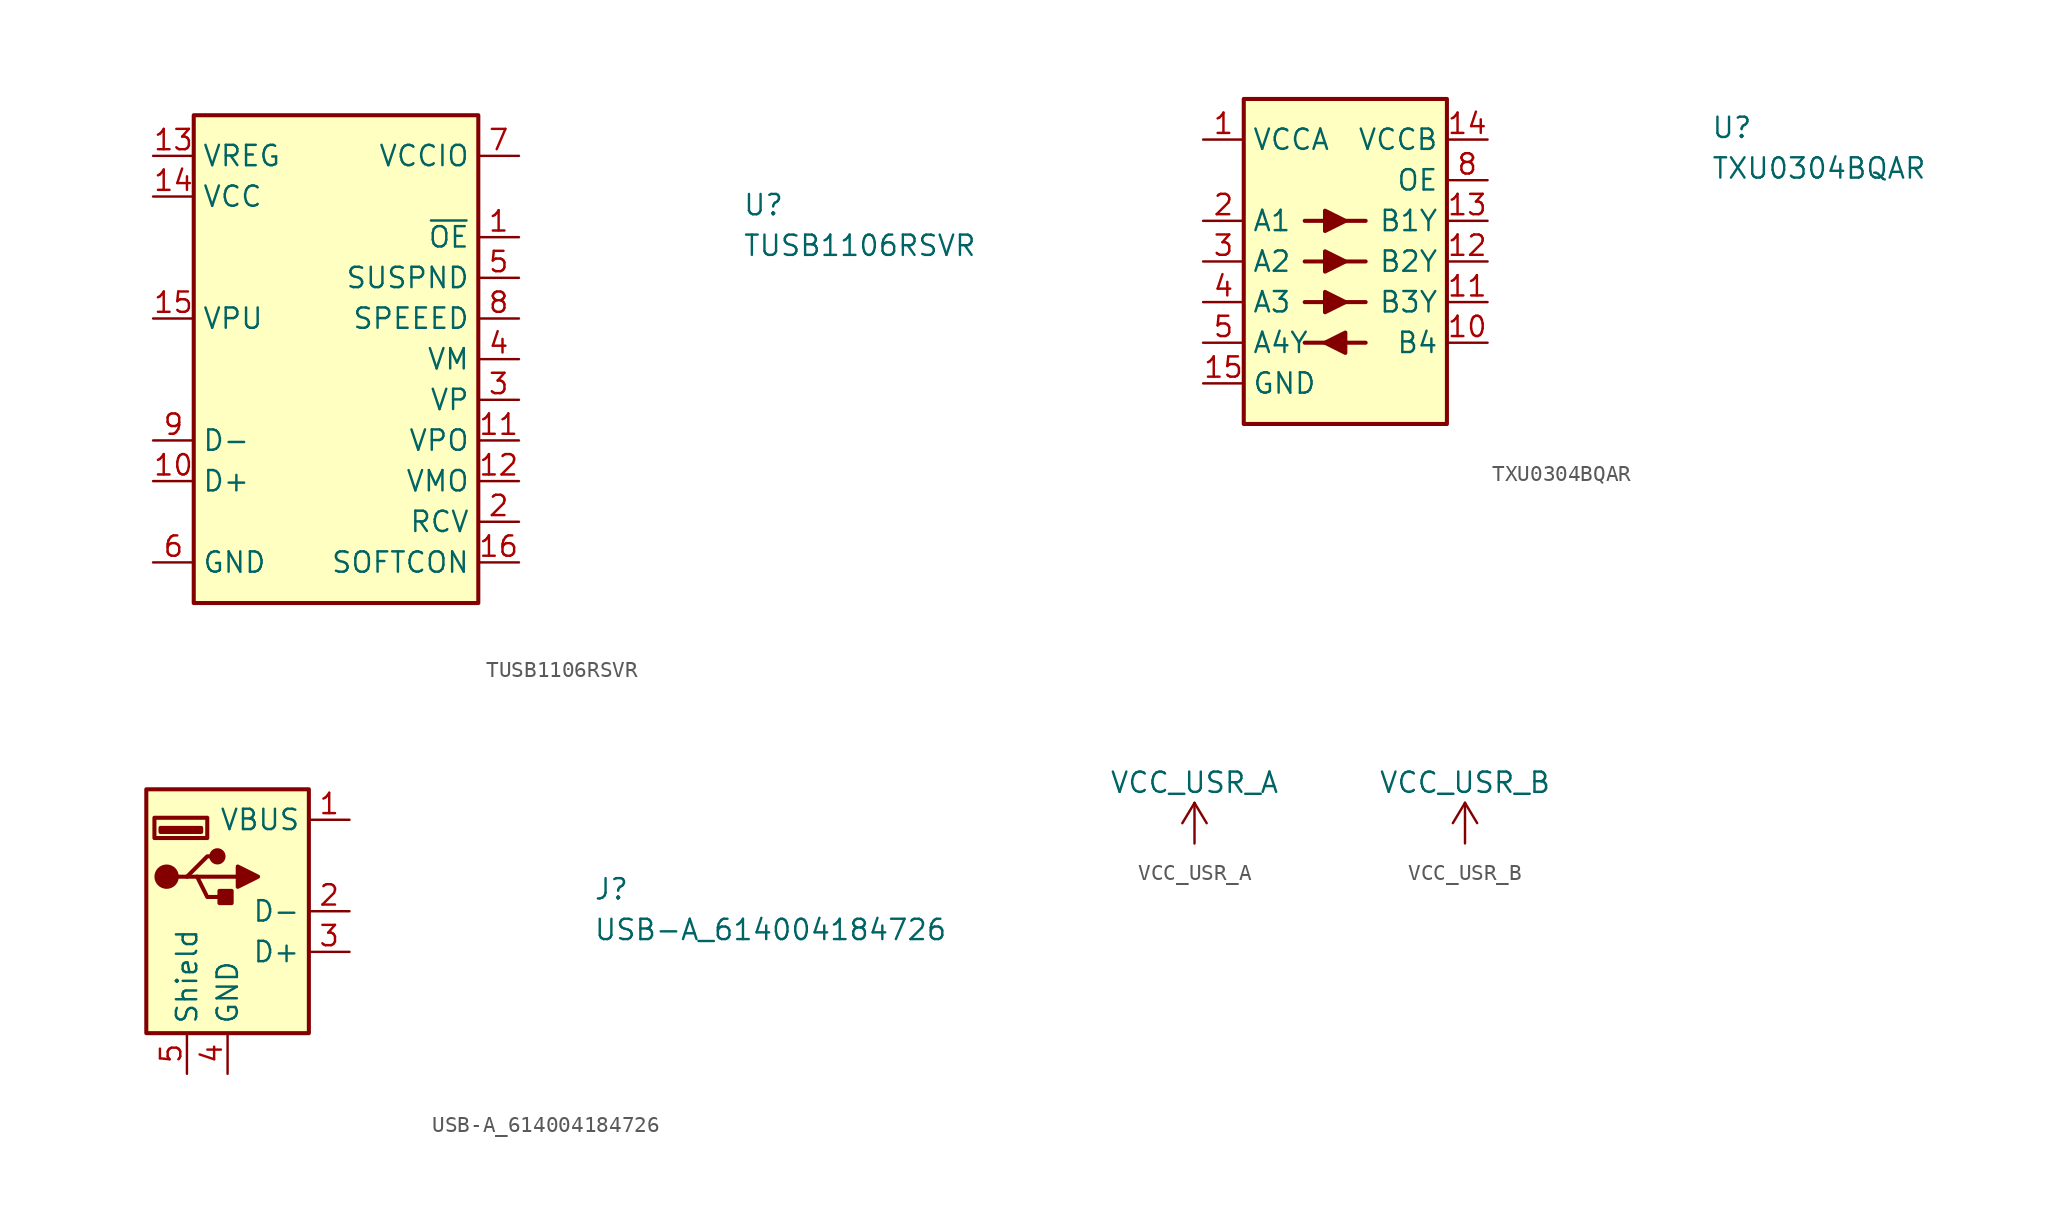
<source format=kicad_sym>
(kicad_symbol_lib
  (version 20211014)
  (generator kicad_symbol_editor)
  (symbol "TUSB1106RSVR"
    (property "Reference" "U"
      (at 36.83 -3.81 0)
      (effects (font (size 1.27 1.27) (thickness 0.15)) (justify left bottom)))
    (property "Value" "TUSB1106RSVR"
      (at 36.83 -6.35 0)
      (effects (font (size 1.27 1.27) (thickness 0.15)) (justify left bottom)))
    (symbol "TUSB1106RSVR_1_1"
      (rectangle (start 2.54 2.54) (end 20.32 -27.94) (stroke (width 0.254) (type default) (color 0 0 0 0)) (fill (type background)))
      (pin input line (at 22.86 -5.08 180) (length 2.54) (name "~{OE}" (effects (font (size 1.27 1.27)))) (number "1" (effects (font (size 1.27 1.27)))))
      (pin bidirectional line (at 0 -20.32 0) (length 2.54) (name "D+" (effects (font (size 1.27 1.27)))) (number "10" (effects (font (size 1.27 1.27)))))
      (pin input line (at 22.86 -17.78 180) (length 2.54) (name "VPO" (effects (font (size 1.27 1.27)))) (number "11" (effects (font (size 1.27 1.27)))))
      (pin input line (at 22.86 -20.32 180) (length 2.54) (name "VMO" (effects (font (size 1.27 1.27)))) (number "12" (effects (font (size 1.27 1.27)))))
      (pin power_out line (at 0 0 0) (length 2.54) (name "VREG" (effects (font (size 1.27 1.27)))) (number "13" (effects (font (size 1.27 1.27)))))
      (pin power_in line (at 0 -2.54 0) (length 2.54) (name "VCC" (effects (font (size 1.27 1.27)))) (number "14" (effects (font (size 1.27 1.27)))))
      (pin input line (at 0 -10.16 0) (length 2.54) (name "VPU" (effects (font (size 1.27 1.27)))) (number "15" (effects (font (size 1.27 1.27)))))
      (pin input line (at 22.86 -25.4 180) (length 2.54) (name "SOFTCON" (effects (font (size 1.27 1.27)))) (number "16" (effects (font (size 1.27 1.27)))))
      (pin output line (at 22.86 -22.86 180) (length 2.54) (name "RCV" (effects (font (size 1.27 1.27)))) (number "2" (effects (font (size 1.27 1.27)))))
      (pin output line (at 22.86 -15.24 180) (length 2.54) (name "VP" (effects (font (size 1.27 1.27)))) (number "3" (effects (font (size 1.27 1.27)))))
      (pin output line (at 22.86 -12.7 180) (length 2.54) (name "VM" (effects (font (size 1.27 1.27)))) (number "4" (effects (font (size 1.27 1.27)))))
      (pin input line (at 22.86 -7.62 180) (length 2.54) (name "SUSPND" (effects (font (size 1.27 1.27)))) (number "5" (effects (font (size 1.27 1.27)))))
      (pin power_in line (at 0 -25.4 0) (length 2.54) (name "GND" (effects (font (size 1.27 1.27)))) (number "6" (effects (font (size 1.27 1.27)))))
      (pin power_in line (at 22.86 0 180) (length 2.54) (name "VCCIO" (effects (font (size 1.27 1.27)))) (number "7" (effects (font (size 1.27 1.27)))))
      (pin input line (at 22.86 -10.16 180) (length 2.54) (name "SPEEED" (effects (font (size 1.27 1.27)))) (number "8" (effects (font (size 1.27 1.27)))))
      (pin bidirectional line (at 0 -17.78 0) (length 2.54) (name "D-" (effects (font (size 1.27 1.27)))) (number "9" (effects (font (size 1.27 1.27)))))))
  (symbol "TXU0304BQAR"
    (property "Reference" "U"
      (at 31.75 0 0)
      (effects (font (size 1.27 1.27) (thickness 0.15)) (justify left bottom)))
    (property "Value" "TXU0304BQAR"
      (at 31.75 -2.54 0)
      (effects (font (size 1.27 1.27) (thickness 0.15)) (justify left bottom)))
    (symbol "TXU0304BQAR_1_1"
      (polyline (pts (xy 6.35 -12.7) (xy 10.16 -12.7)) (stroke (width 0.254) (type default) (color 0 0 0 0)) (fill (type background)))
      (polyline (pts (xy 6.35 -7.62) (xy 10.16 -7.62)) (stroke (width 0.254) (type default) (color 0 0 0 0)) (fill (type background)))
      (polyline (pts (xy 10.16 -10.16) (xy 6.35 -10.16)) (stroke (width 0.254) (type default) (color 0 0 0 0)) (fill (type background)))
      (polyline (pts (xy 10.16 -5.08) (xy 6.35 -5.08)) (stroke (width 0.254) (type default) (color 0 0 0 0)) (fill (type background)))
      (polyline (pts (xy 7.62 -12.7) (xy 8.89 -12.065) (xy 8.89 -13.335) (xy 7.62 -12.7)) (stroke (width 0.254) (type default) (color 0 0 0 0)) (fill (type outline)))
      (polyline (pts (xy 7.62 -6.985) (xy 7.62 -8.255) (xy 8.89 -7.62) (xy 7.62 -6.985)) (stroke (width 0.254) (type default) (color 0 0 0 0)) (fill (type outline)))
      (polyline (pts (xy 7.62 -4.445) (xy 7.62 -5.715) (xy 8.89 -5.08) (xy 7.62 -4.445)) (stroke (width 0.254) (type default) (color 0 0 0 0)) (fill (type outline)))
      (polyline (pts (xy 8.89 -10.16) (xy 7.62 -10.795) (xy 7.62 -9.525) (xy 8.89 -10.16)) (stroke (width 0.254) (type default) (color 0 0 0 0)) (fill (type outline)))
      (rectangle (start 2.54 2.54) (end 15.24 -17.78) (stroke (width 0.254) (type default) (color 0 0 0 0)) (fill (type background)))
      (pin power_in line (at 0 0 0) (length 2.54) (name "VCCA" (effects (font (size 1.27 1.27)))) (number "1" (effects (font (size 1.27 1.27)))))
      (pin input line (at 17.78 -12.7 180) (length 2.54) (name "B4" (effects (font (size 1.27 1.27)))) (number "10" (effects (font (size 1.27 1.27)))))
      (pin output line (at 17.78 -10.16 180) (length 2.54) (name "B3Y" (effects (font (size 1.27 1.27)))) (number "11" (effects (font (size 1.27 1.27)))))
      (pin output line (at 17.78 -7.62 180) (length 2.54) (name "B2Y" (effects (font (size 1.27 1.27)))) (number "12" (effects (font (size 1.27 1.27)))))
      (pin output line (at 17.78 -5.08 180) (length 2.54) (name "B1Y" (effects (font (size 1.27 1.27)))) (number "13" (effects (font (size 1.27 1.27)))))
      (pin power_in line (at 17.78 0 180) (length 2.54) (name "VCCB" (effects (font (size 1.27 1.27)))) (number "14" (effects (font (size 1.27 1.27)))))
      (pin power_in line (at 0 -15.24 0) (length 2.54) (name "GND" (effects (font (size 1.27 1.27)))) (number "15" (effects (font (size 1.27 1.27)))))
      (pin input line (at 0 -5.08 0) (length 2.54) (name "A1" (effects (font (size 1.27 1.27)))) (number "2" (effects (font (size 1.27 1.27)))))
      (pin input line (at 0 -7.62 0) (length 2.54) (name "A2" (effects (font (size 1.27 1.27)))) (number "3" (effects (font (size 1.27 1.27)))))
      (pin input line (at 0 -10.16 0) (length 2.54) (name "A3" (effects (font (size 1.27 1.27)))) (number "4" (effects (font (size 1.27 1.27)))))
      (pin output line (at 0 -12.7 0) (length 2.54) (name "A4Y" (effects (font (size 1.27 1.27)))) (number "5" (effects (font (size 1.27 1.27)))))
      (pin no_connect line (at 2.54 -2.54 0) (length 2.54) hide (name "NC" (effects (font (size 1.27 1.27)))) (number "6" (effects (font (size 1.27 1.27)))))
      (pin passive line (at 0 -15.24 0) (length 2.54) hide (name "GND" (effects (font (size 1.27 1.27)))) (number "7" (effects (font (size 1.27 1.27)))))
      (pin tri_state line (at 17.78 -2.54 180) (length 2.54) (name "OE" (effects (font (size 1.27 1.27)))) (number "8" (effects (font (size 1.27 1.27)))))
      (pin no_connect line (at 15.24 -15.24 180) (length 2.54) hide (name "NC" (effects (font (size 1.27 1.27)))) (number "9" (effects (font (size 1.27 1.27)))))))
  (symbol "USB-A_614004184726"
    (property "Reference" "J"
      (at 15.24 -5.08 0)
      (effects (font (size 1.27 1.27) (thickness 0.15)) (justify left bottom)))
    (property "Value" "USB-A_614004184726"
      (at 15.24 -7.62 0)
      (effects (font (size 1.27 1.27) (thickness 0.15)) (justify left bottom)))
    (symbol "USB-A_614004184726_1_1"
      (rectangle (start -12.7 -13.335) (end -2.54 1.905) (stroke (width 0.254) (type default) (color 0 0 0 0)) (fill (type background)))
      (rectangle (start -11.811 -0.508) (end -9.271 -0.762) (stroke (width 0.254) (type default) (color 0 0 0 0)) (fill (type background)))
      (circle (center -11.43 -3.556) (radius 0.635) (stroke (width 0.254) (type default) (color 0 0 0 0)) (fill (type outline)))
      (rectangle (start -8.89 -1.143) (end -12.192 0.127) (stroke (width 0.254) (type default) (color 0 0 0 0)) (fill (type background)))
      (circle (center -8.255 -2.286) (radius 0.381) (stroke (width 0.254) (type default) (color 0 0 0 0)) (fill (type outline)))
      (rectangle (start -7.366 -4.445) (end -8.128 -5.207) (stroke (width 0.254) (type default) (color 0 0 0 0)) (fill (type outline)))
      (polyline (pts (xy -9.525 -3.556) (xy -6.985 -3.556)) (stroke (width 0.254) (type default) (color 0 0 0 0)) (fill (type background)))
      (polyline (pts (xy -10.795 -3.556) (xy -10.16 -3.556) (xy -8.89 -2.286) (xy -8.255 -2.286)) (stroke (width 0.254) (type default) (color 0 0 0 0)) (fill (type background)))
      (polyline (pts (xy -10.16 -3.556) (xy -9.525 -3.556) (xy -8.89 -4.826) (xy -7.62 -4.826)) (stroke (width 0.254) (type default) (color 0 0 0 0)) (fill (type background)))
      (polyline (pts (xy -6.985 -2.921) (xy -6.985 -4.191) (xy -5.715 -3.556) (xy -6.985 -2.921)) (stroke (width 0.254) (type default) (color 0 0 0 0)) (fill (type outline)))
      (pin power_in line (at 0 0 180) (length 2.54) (name "VBUS" (effects (font (size 1.27 1.27)))) (number "1" (effects (font (size 1.27 1.27)))))
      (pin bidirectional line (at 0 -5.715 180) (length 2.54) (name "D-" (effects (font (size 1.27 1.27)))) (number "2" (effects (font (size 1.27 1.27)))))
      (pin bidirectional line (at 0 -8.255 180) (length 2.54) (name "D+" (effects (font (size 1.27 1.27)))) (number "3" (effects (font (size 1.27 1.27)))))
      (pin power_in line (at -7.62 -15.875 90) (length 2.54) (name "GND" (effects (font (size 1.27 1.27)))) (number "4" (effects (font (size 1.27 1.27)))))
      (pin passive line (at -10.16 -15.875 90) (length 2.54) (name "Shield" (effects (font (size 1.27 1.27)))) (number "5" (effects (font (size 1.27 1.27)))))))
  (symbol "VCC_USR_A"
    (power)
    (pin_names
      (offset 0))
    (property "Reference" "#PWR?"
      (at 0 -3.81 0)
      (effects (font (size 1.27 1.27)) hide))
    (property "Value" "VCC_USR_A"
      (at 0 3.81 0)
      (effects (font (size 1.27 1.27))))
    (symbol "VCC_USR_A_0_1"
      (polyline (pts (xy -0.762 1.27) (xy 0 2.54)) (stroke (width 0) (type default) (color 0 0 0 0)) (fill (type none)))
      (polyline (pts (xy 0 0) (xy 0 2.54)) (stroke (width 0) (type default) (color 0 0 0 0)) (fill (type none)))
      (polyline (pts (xy 0 2.54) (xy 0.762 1.27)) (stroke (width 0) (type default) (color 0 0 0 0)) (fill (type none))))
    (symbol "VCC_USR_A_1_1"
      (pin power_in line (at 0 0 90) (length 0) hide (name "VCC_USR_A" (effects (font (size 1.27 1.27)))) (number "1" (effects (font (size 1.27 1.27)))))))
  (symbol "VCC_USR_B"
    (power)
    (pin_names
      (offset 0))
    (property "Reference" "#PWR?"
      (at 0 -3.81 0)
      (effects (font (size 1.27 1.27)) hide))
    (property "Value" "VCC_USR_B"
      (at 0 3.81 0)
      (effects (font (size 1.27 1.27))))
    (symbol "VCC_USR_B_0_1"
      (polyline (pts (xy -0.762 1.27) (xy 0 2.54)) (stroke (width 0) (type default) (color 0 0 0 0)) (fill (type none)))
      (polyline (pts (xy 0 0) (xy 0 2.54)) (stroke (width 0) (type default) (color 0 0 0 0)) (fill (type none)))
      (polyline (pts (xy 0 2.54) (xy 0.762 1.27)) (stroke (width 0) (type default) (color 0 0 0 0)) (fill (type none))))
    (symbol "VCC_USR_B_1_1"
      (pin power_in line (at 0 0 90) (length 0) hide (name "VCC_USR_B" (effects (font (size 1.27 1.27)))) (number "1" (effects (font (size 1.27 1.27))))))))
</source>
